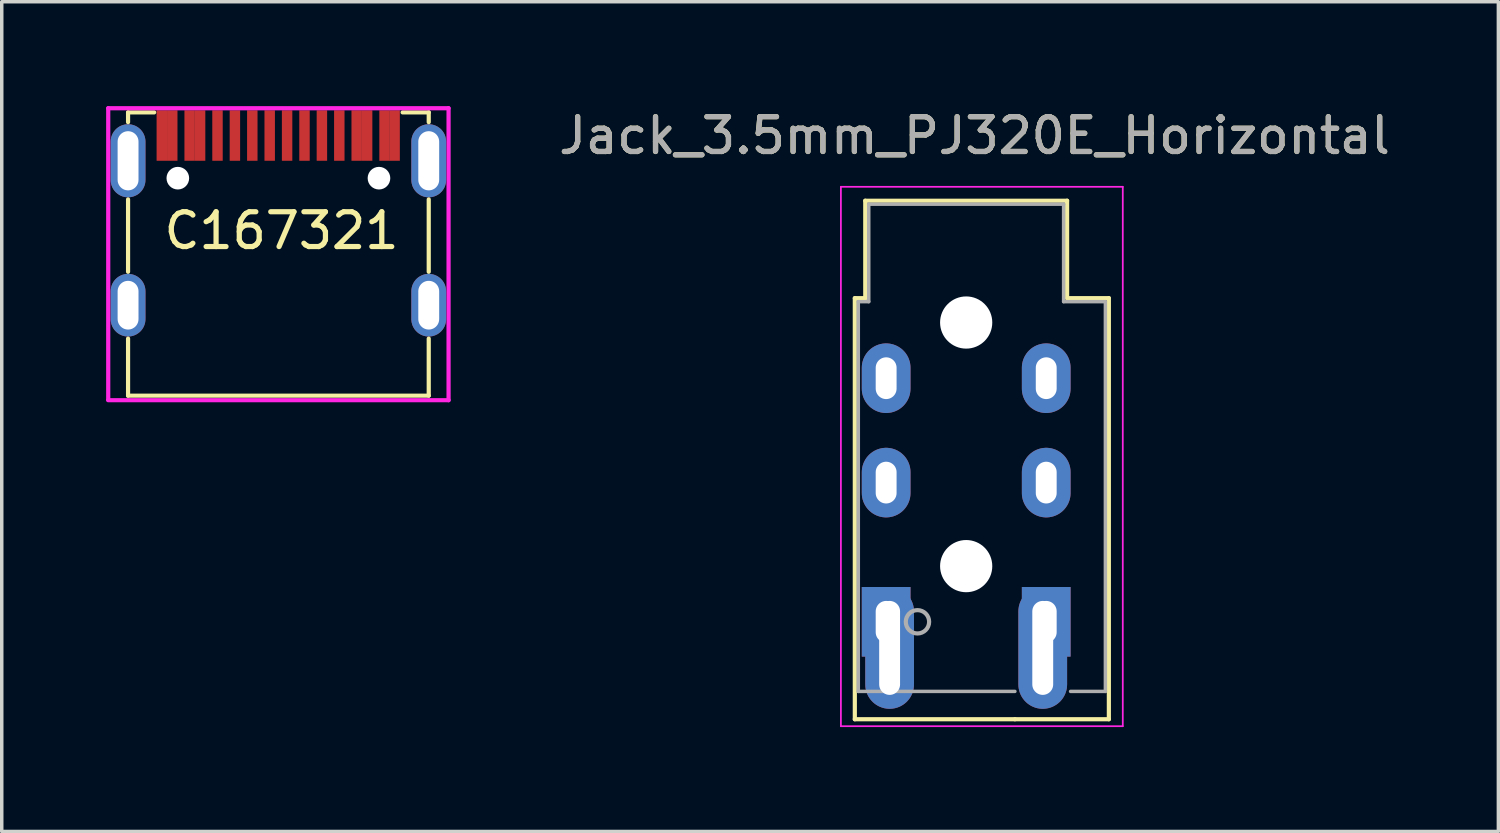
<source format=kicad_pcb>
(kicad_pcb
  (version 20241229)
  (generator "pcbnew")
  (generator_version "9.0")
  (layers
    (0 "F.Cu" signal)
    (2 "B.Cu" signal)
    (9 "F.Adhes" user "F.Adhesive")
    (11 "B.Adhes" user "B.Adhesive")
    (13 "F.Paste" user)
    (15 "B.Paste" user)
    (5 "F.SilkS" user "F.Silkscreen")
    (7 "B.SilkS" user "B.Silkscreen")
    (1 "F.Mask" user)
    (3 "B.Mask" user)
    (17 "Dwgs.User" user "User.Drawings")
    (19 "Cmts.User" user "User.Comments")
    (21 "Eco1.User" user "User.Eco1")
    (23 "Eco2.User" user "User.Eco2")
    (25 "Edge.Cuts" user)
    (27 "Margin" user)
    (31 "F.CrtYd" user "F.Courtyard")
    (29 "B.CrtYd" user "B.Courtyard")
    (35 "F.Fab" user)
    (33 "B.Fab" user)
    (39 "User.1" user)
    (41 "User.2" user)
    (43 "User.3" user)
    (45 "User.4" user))
  (footprint "Jack_3.5mm_PJ320E_Horizontal"
    (layer "F.Cu")
    (at 22.414 14.818)
    (property "Reference" "Jack_3.5mm_PJ320E_Horizontal" (at 2.54 -13.97 0) (layer "F.SilkS") (effects (font (size 1 1) (thickness 0.15))))
    (attr through_hole)
    (fp_line (start -0.9 -9.3) (end -0.9 2.8) (stroke (width 0.12) (type solid)) (layer "F.SilkS"))
    (fp_line (start -0.9 -9.3) (end -0.6 -9.3) (stroke (width 0.12) (type solid)) (layer "F.SilkS"))
    (fp_line (start -0.9 2.8) (end 3.7 2.8) (stroke (width 0.12) (type solid)) (layer "F.SilkS"))
    (fp_line (start -0.6 -9.3) (end -0.6 -12.1) (stroke (width 0.12) (type solid)) (layer "F.SilkS"))
    (fp_line (start 5.2 -12.1) (end -0.6 -12.1) (stroke (width 0.12) (type solid)) (layer "F.SilkS"))
    (fp_line (start 5.2 -9.3) (end 5.2 -12.1) (stroke (width 0.12) (type solid)) (layer "F.SilkS"))
    (fp_line (start 5.2 -9.3) (end 6.4 -9.3) (stroke (width 0.12) (type solid)) (layer "F.SilkS"))
    (fp_line (start 6.4 -9.3) (end 6.4 2.8) (stroke (width 0.12) (type solid)) (layer "F.SilkS"))
    (fp_line (start 6.4 2.8) (end 3.7 2.8) (stroke (width 0.12) (type solid)) (layer "F.SilkS"))
    (fp_line (start -1.3 -12.5) (end -1.3 3) (stroke (width 0.05) (type solid)) (layer "F.CrtYd"))
    (fp_line (start -1.3 -12.5) (end 6.8 -12.5) (stroke (width 0.05) (type solid)) (layer "F.CrtYd"))
    (fp_line (start -1.3 3) (end 6.8 3) (stroke (width 0.05) (type solid)) (layer "F.CrtYd"))
    (fp_line (start 6.8 -12.5) (end 6.8 3) (stroke (width 0.05) (type solid)) (layer "F.CrtYd"))
    (fp_line (start -0.8 -9.2) (end -0.5 -9.2) (stroke (width 0.1) (type solid)) (layer "F.Fab"))
    (fp_line (start -0.8 2) (end -0.8 -9.2) (stroke (width 0.1) (type solid)) (layer "F.Fab"))
    (fp_line (start -0.5 -12) (end 5.1 -12) (stroke (width 0.1) (type solid)) (layer "F.Fab"))
    (fp_line (start -0.5 -9.2) (end -0.5 -12) (stroke (width 0.1) (type solid)) (layer "F.Fab"))
    (fp_line (start 3.7 2) (end -0.8 2) (stroke (width 0.1) (type solid)) (layer "F.Fab"))
    (fp_line (start 5.1 -12) (end 5.1 -9.2) (stroke (width 0.1) (type solid)) (layer "F.Fab"))
    (fp_line (start 5.1 -9.2) (end 6.3 -9.2) (stroke (width 0.1) (type solid)) (layer "F.Fab"))
    (fp_line (start 6.3 -9.2) (end 6.3 2) (stroke (width 0.1) (type solid)) (layer "F.Fab"))
    (fp_line (start 6.3 2) (end 5.3 2) (stroke (width 0.1) (type solid)) (layer "F.Fab"))
    (fp_circle (center 0.9 0) (end 1.2 0.15) (stroke (width 0.12) (type solid)) (fill no) (layer "F.Fab"))
    (fp_text user "${REFERENCE}" (at 2.54 -13.97 0) (layer "F.Fab") (effects (font (size 1 1) (thickness 0.15))))
    (pad "" np_thru_hole oval (at 2.3 -8.6 270) (size 1.5 1.5) (drill oval 1.5) (layers "*.Cu" "*.Mask"))
    (pad "" np_thru_hole oval (at 2.3 -1.6 270) (size 1.5 1.5) (drill oval 1.5) (layers "*.Cu" "*.Mask"))
    (pad "R1" thru_hole oval (at 0 -4 270) (size 2 1.4) (drill oval 1.2 0.6) (layers "*.Cu" "*.Mask"))
    (pad "R1" thru_hole oval (at 4.6 -4 270) (size 2 1.4) (drill oval 1.2 0.6) (layers "*.Cu" "*.Mask"))
    (pad "R2" thru_hole oval (at 0 -7 270) (size 2 1.4) (drill oval 1.2 0.6) (layers "*.Cu" "*.Mask"))
    (pad "R2" thru_hole oval (at 4.6 -7 270) (size 2 1.4) (drill oval 1.2 0.6) (layers "*.Cu" "*.Mask"))
    (pad "T" thru_hole rect (at 0 0 270) (size 2 1.4) (drill oval 1.2 0.6) (layers "*.Cu" "*.Mask"))
    (pad "T" thru_hole oval (at 0.1 0.75 270) (size 3.5 1.4) (drill oval 2.7 0.6) (layers "*.Cu" "*.Mask"))
    (pad "T" thru_hole oval (at 4.5 0.75 270) (size 3.5 1.4) (drill oval 2.7 0.6) (layers "*.Cu" "*.Mask"))
    (pad "T" thru_hole rect (at 4.6 0 270) (size 2 1.4) (drill oval 1.2 0.6) (layers "*.Cu" "*.Mask")))
  (footprint "C167321"
    (layer "F.Cu")
    (at 4.95 1.57)
    (property "Reference" "C167321" (at 0.09 2.01 0) (layer "F.SilkS") (effects (font (size 1 1) (thickness 0.15))))
    (attr through_hole)
    (fp_line (start -4.32 -1.39) (end -4.32 -1.11) (stroke (width 0.12) (type solid)) (layer "F.SilkS"))
    (fp_line (start -4.32 -1.39) (end -3.57 -1.39) (stroke (width 0.12) (type solid)) (layer "F.SilkS"))
    (fp_line (start -4.32 1.11) (end -4.32 3.19) (stroke (width 0.12) (type solid)) (layer "F.SilkS"))
    (fp_line (start -4.32 6.75) (end -4.32 5.11) (stroke (width 0.12) (type solid)) (layer "F.SilkS"))
    (fp_line (start -4.32 6.75) (end 4.32 6.75) (stroke (width 0.12) (type solid)) (layer "F.SilkS"))
    (fp_line (start 4.32 -1.39) (end 3.57 -1.39) (stroke (width 0.12) (type solid)) (layer "F.SilkS"))
    (fp_line (start 4.32 -1.11) (end 4.32 -1.39) (stroke (width 0.12) (type solid)) (layer "F.SilkS"))
    (fp_line (start 4.32 1.11) (end 4.32 3.19) (stroke (width 0.12) (type solid)) (layer "F.SilkS"))
    (fp_line (start 4.32 6.75) (end 4.32 5.11) (stroke (width 0.12) (type solid)) (layer "F.SilkS"))
    (fp_line (start -4.89 -1.51) (end 4.89 -1.51) (stroke (width 0.12) (type solid)) (layer "F.CrtYd"))
    (fp_line (start -4.89 6.87) (end -4.89 -1.51) (stroke (width 0.12) (type solid)) (layer "F.CrtYd"))
    (fp_line (start 4.89 -1.51) (end 4.89 6.88) (stroke (width 0.12) (type solid)) (layer "F.CrtYd"))
    (fp_line (start 4.89 6.88) (end -4.89 6.88) (stroke (width 0.12) (type solid)) (layer "F.CrtYd"))
    (pad "" np_thru_hole circle (at -2.89 0.5) (size 0.65 0.65) (drill 0.65) (layers "*.Cu" "*.Mask"))
    (pad "" np_thru_hole circle (at 2.89 0.5) (size 0.65 0.65) (drill 0.65) (layers "*.Cu" "*.Mask"))
    (pad "A1" smd rect (at -3.35 -0.725) (size 0.3 1.45) (layers "F.Cu" "F.Mask" "F.Paste"))
    (pad "A4" smd rect (at -2.55 -0.725) (size 0.3 1.45) (layers "F.Cu" "F.Mask" "F.Paste"))
    (pad "A5" smd rect (at -1.25 -0.725) (size 0.3 1.45) (layers "F.Cu" "F.Mask" "F.Paste"))
    (pad "A6" smd rect (at -0.25 -0.725) (size 0.3 1.45) (layers "F.Cu" "F.Mask" "F.Paste"))
    (pad "A7" smd rect (at 0.25 -0.725) (size 0.3 1.45) (layers "F.Cu" "F.Mask" "F.Paste"))
    (pad "A8" smd rect (at 1.25 -0.725) (size 0.3 1.45) (layers "F.Cu" "F.Mask" "F.Paste"))
    (pad "A9" smd rect (at 2.55 -0.725) (size 0.3 1.45) (layers "F.Cu" "F.Mask" "F.Paste"))
    (pad "A12" smd rect (at 3.34 -0.725) (size 0.3 1.45) (layers "F.Cu" "F.Mask" "F.Paste"))
    (pad "B1" smd rect (at 3.05 -0.725) (size 0.3 1.45) (layers "F.Cu" "F.Mask" "F.Paste"))
    (pad "B4" smd rect (at 2.25 -0.725) (size 0.3 1.45) (layers "F.Cu" "F.Mask" "F.Paste"))
    (pad "B5" smd rect (at 1.75 -0.725) (size 0.3 1.45) (layers "F.Cu" "F.Mask" "F.Paste"))
    (pad "B6" smd rect (at 0.75 -0.725) (size 0.3 1.45) (layers "F.Cu" "F.Mask" "F.Paste"))
    (pad "B7" smd rect (at -0.75 -0.725) (size 0.3 1.45) (layers "F.Cu" "F.Mask" "F.Paste"))
    (pad "B8" smd rect (at -1.75 -0.725) (size 0.3 1.45) (layers "F.Cu" "F.Mask" "F.Paste"))
    (pad "B9" smd rect (at -2.25 -0.725) (size 0.3 1.45) (layers "F.Cu" "F.Mask" "F.Paste"))
    (pad "B12" smd rect (at -3.05 -0.725) (size 0.3 1.45) (layers "F.Cu" "F.Mask" "F.Paste"))
    (pad "S1" thru_hole oval (at -4.32 0) (size 1 2.1) (drill oval 0.6 1.7) (layers "*.Cu" "*.Mask"))
    (pad "S2" thru_hole oval (at 4.32 0) (size 1 2.1) (drill oval 0.6 1.7) (layers "*.Cu" "*.Mask"))
    (pad "S3" thru_hole oval (at -4.32 4.15) (size 1 1.8) (drill oval 0.6 1.4) (layers "*.Cu" "*.Mask"))
    (pad "S4" thru_hole oval (at 4.32 4.15) (size 1 1.8) (drill oval 0.6 1.4) (layers "*.Cu" "*.Mask")))
  (gr_rect
    (start -3 -3)
    (end 40.007 20.843)
    (stroke (width 0.1) (type default))
    (fill no)
    (layer "Edge.Cuts")))
</source>
